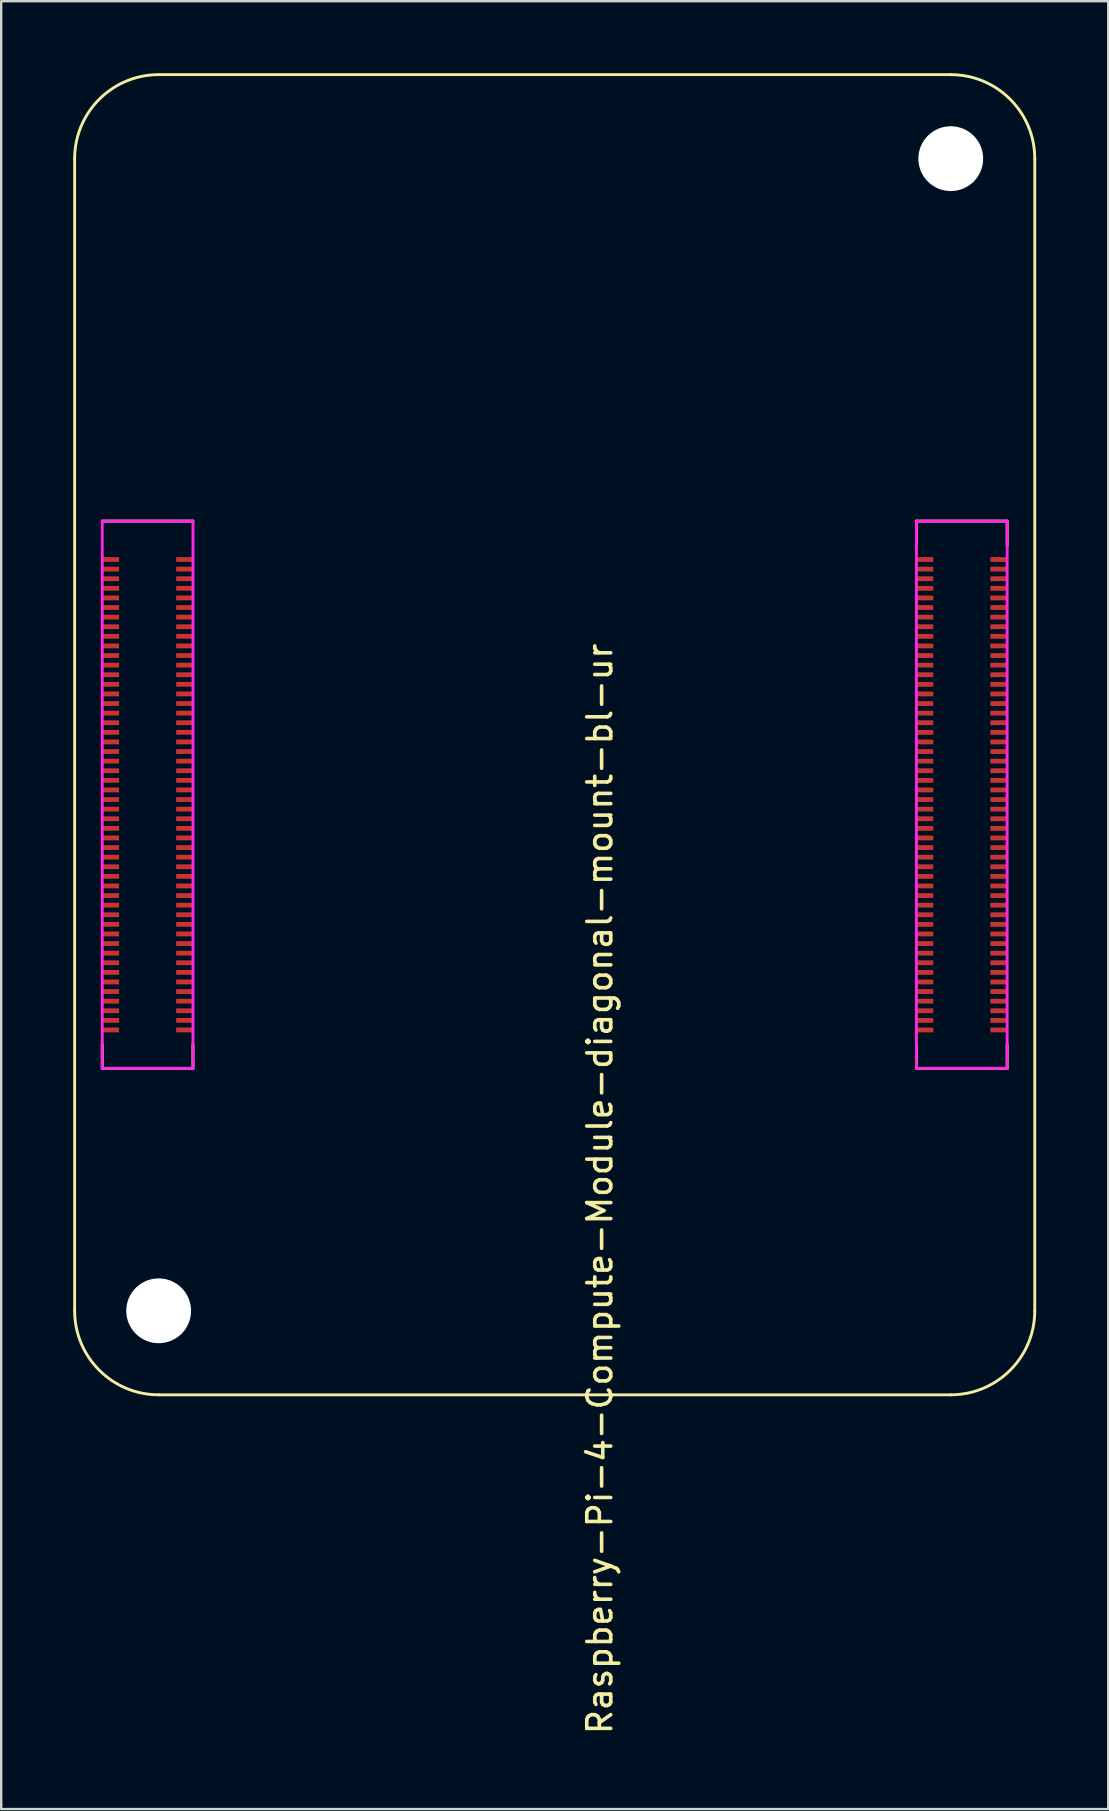
<source format=kicad_pcb>
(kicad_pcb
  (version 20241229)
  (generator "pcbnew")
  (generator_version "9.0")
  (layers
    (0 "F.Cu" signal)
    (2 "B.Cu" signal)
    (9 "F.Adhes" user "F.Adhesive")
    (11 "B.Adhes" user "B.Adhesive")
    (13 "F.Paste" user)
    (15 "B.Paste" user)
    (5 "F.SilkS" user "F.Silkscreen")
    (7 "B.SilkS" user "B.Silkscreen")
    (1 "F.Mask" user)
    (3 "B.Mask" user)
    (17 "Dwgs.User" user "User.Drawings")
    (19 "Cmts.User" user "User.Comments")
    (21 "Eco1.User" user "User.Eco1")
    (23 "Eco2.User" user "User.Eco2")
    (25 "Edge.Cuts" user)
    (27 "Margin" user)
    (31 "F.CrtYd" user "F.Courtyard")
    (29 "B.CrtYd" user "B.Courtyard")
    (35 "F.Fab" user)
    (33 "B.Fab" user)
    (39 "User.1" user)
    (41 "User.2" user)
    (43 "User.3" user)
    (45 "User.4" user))
  (footprint "Raspberry-Pi-4-Compute-Module-diagonal-mount-bl-ur"
    (layer "F.Cu")
    (at 3.56 51.56)
    (property "Reference" "Raspberry-Pi-4-Compute-Module-diagonal-mount-bl-ur" (at 18.38 -5.08 270) (layer "F.SilkS") (effects (font (size 1 1) (thickness 0.15))))
    (attr smd)
    (fp_line (start -3.5 -48) (end -3.5 0) (stroke (width 0.12) (type solid)) (layer "F.SilkS"))
    (fp_line (start -2.35 -32.9) (end 1.43 -32.9) (stroke (width 0.12) (type solid)) (layer "F.SilkS"))
    (fp_line (start -2.35 -10.1) (end -2.35 -11.1) (stroke (width 0.12) (type solid)) (layer "F.SilkS"))
    (fp_line (start -2.35 -10.1) (end 1.43 -10.1) (stroke (width 0.12) (type solid)) (layer "F.SilkS"))
    (fp_line (start 0 3.5) (end 33 3.5) (stroke (width 0.12) (type solid)) (layer "F.SilkS"))
    (fp_line (start 1.43 -10.1) (end 1.43 -11.1) (stroke (width 0.12) (type solid)) (layer "F.SilkS"))
    (fp_line (start 31.57 -32.9) (end 31.57 -31.9) (stroke (width 0.12) (type solid)) (layer "F.SilkS"))
    (fp_line (start 31.57 -32.9) (end 35.35 -32.9) (stroke (width 0.12) (type solid)) (layer "F.SilkS"))
    (fp_line (start 31.57 -10.1) (end 31.57 -11.1) (stroke (width 0.12) (type solid)) (layer "F.SilkS"))
    (fp_line (start 31.57 -10.1) (end 35.35 -10.1) (stroke (width 0.12) (type solid)) (layer "F.SilkS"))
    (fp_line (start 33 -51.5) (end 0 -51.5) (stroke (width 0.12) (type solid)) (layer "F.SilkS"))
    (fp_line (start 35.35 -32.9) (end 35.35 -31.9) (stroke (width 0.12) (type solid)) (layer "F.SilkS"))
    (fp_line (start 35.35 -10.1) (end 35.35 -11.1) (stroke (width 0.12) (type solid)) (layer "F.SilkS"))
    (fp_line (start 36.5 0) (end 36.5 -48) (stroke (width 0.12) (type solid)) (layer "F.SilkS"))
    (fp_arc (start -3.5 -48) (mid -2.474874 -50.474874) (end 0 -51.5) (stroke (width 0.12) (type solid)) (layer "F.SilkS"))
    (fp_arc (start 0 3.5) (mid -2.474874 2.474874) (end -3.5 0) (stroke (width 0.12) (type solid)) (layer "F.SilkS"))
    (fp_arc (start 33 -51.5) (mid 35.474874 -50.474874) (end 36.5 -48) (stroke (width 0.12) (type solid)) (layer "F.SilkS"))
    (fp_arc (start 36.5 0) (mid 35.474874 2.474874) (end 33 3.5) (stroke (width 0.12) (type solid)) (layer "F.SilkS"))
    (fp_line (start -2.35 -32.9) (end 1.43 -32.9) (stroke (width 0.12) (type solid)) (layer "F.CrtYd"))
    (fp_line (start -2.35 -10.1) (end -2.35 -32.9) (stroke (width 0.12) (type solid)) (layer "F.CrtYd"))
    (fp_line (start 1.43 -32.9) (end 1.43 -10.1) (stroke (width 0.12) (type solid)) (layer "F.CrtYd"))
    (fp_line (start 1.43 -10.1) (end -2.35 -10.1) (stroke (width 0.12) (type solid)) (layer "F.CrtYd"))
    (fp_line (start 31.57 -32.9) (end 35.35 -32.9) (stroke (width 0.12) (type solid)) (layer "F.CrtYd"))
    (fp_line (start 31.57 -10.1) (end 31.57 -32.9) (stroke (width 0.12) (type solid)) (layer "F.CrtYd"))
    (fp_line (start 35.35 -32.9) (end 35.35 -10.1) (stroke (width 0.12) (type solid)) (layer "F.CrtYd"))
    (fp_line (start 35.35 -10.1) (end 31.57 -10.1) (stroke (width 0.12) (type solid)) (layer "F.CrtYd"))
    (pad "" np_thru_hole circle (at 0 0) (size 2.7 2.7) (drill 2.7) (layers "*.Cu" "*.Mask"))
    (pad "" np_thru_hole circle (at 33 -48) (size 2.7 2.7) (drill 2.7) (layers "*.Cu" "*.Mask"))
    (pad "1" smd rect (at -2 -31.3 270) (size 0.2 0.7) (layers "F.Cu" "F.Mask" "F.Paste"))
    (pad "2" smd rect (at 1.08 -31.3 270) (size 0.2 0.7) (layers "F.Cu" "F.Mask" "F.Paste"))
    (pad "3" smd rect (at -2 -30.9 270) (size 0.2 0.7) (layers "F.Cu" "F.Mask" "F.Paste"))
    (pad "4" smd rect (at 1.08 -30.9 270) (size 0.2 0.7) (layers "F.Cu" "F.Mask" "F.Paste"))
    (pad "5" smd rect (at -2 -30.5 270) (size 0.2 0.7) (layers "F.Cu" "F.Mask" "F.Paste"))
    (pad "6" smd rect (at 1.08 -30.5 270) (size 0.2 0.7) (layers "F.Cu" "F.Mask" "F.Paste"))
    (pad "7" smd rect (at -2 -30.1 270) (size 0.2 0.7) (layers "F.Cu" "F.Mask" "F.Paste"))
    (pad "8" smd rect (at 1.08 -30.1 270) (size 0.2 0.7) (layers "F.Cu" "F.Mask" "F.Paste"))
    (pad "9" smd rect (at -2 -29.7 270) (size 0.2 0.7) (layers "F.Cu" "F.Mask" "F.Paste"))
    (pad "10" smd rect (at 1.08 -29.7 270) (size 0.2 0.7) (layers "F.Cu" "F.Mask" "F.Paste"))
    (pad "11" smd rect (at -2 -29.3 270) (size 0.2 0.7) (layers "F.Cu" "F.Mask" "F.Paste"))
    (pad "12" smd rect (at 1.08 -29.3 270) (size 0.2 0.7) (layers "F.Cu" "F.Mask" "F.Paste"))
    (pad "13" smd rect (at -2 -28.9 270) (size 0.2 0.7) (layers "F.Cu" "F.Mask" "F.Paste"))
    (pad "14" smd rect (at 1.08 -28.9 270) (size 0.2 0.7) (layers "F.Cu" "F.Mask" "F.Paste"))
    (pad "15" smd rect (at -2 -28.5 270) (size 0.2 0.7) (layers "F.Cu" "F.Mask" "F.Paste"))
    (pad "16" smd rect (at 1.08 -28.5 270) (size 0.2 0.7) (layers "F.Cu" "F.Mask" "F.Paste"))
    (pad "17" smd rect (at -2 -28.1 270) (size 0.2 0.7) (layers "F.Cu" "F.Mask" "F.Paste"))
    (pad "18" smd rect (at 1.08 -28.1 270) (size 0.2 0.7) (layers "F.Cu" "F.Mask" "F.Paste"))
    (pad "19" smd rect (at -2 -27.7 270) (size 0.2 0.7) (layers "F.Cu" "F.Mask" "F.Paste"))
    (pad "20" smd rect (at 1.08 -27.7 270) (size 0.2 0.7) (layers "F.Cu" "F.Mask" "F.Paste"))
    (pad "21" smd rect (at -2 -27.3 270) (size 0.2 0.7) (layers "F.Cu" "F.Mask" "F.Paste"))
    (pad "22" smd rect (at 1.08 -27.3 270) (size 0.2 0.7) (layers "F.Cu" "F.Mask" "F.Paste"))
    (pad "23" smd rect (at -2 -26.9 270) (size 0.2 0.7) (layers "F.Cu" "F.Mask" "F.Paste"))
    (pad "24" smd rect (at 1.08 -26.9 270) (size 0.2 0.7) (layers "F.Cu" "F.Mask" "F.Paste"))
    (pad "25" smd rect (at -2 -26.5 270) (size 0.2 0.7) (layers "F.Cu" "F.Mask" "F.Paste"))
    (pad "26" smd rect (at 1.08 -26.5 270) (size 0.2 0.7) (layers "F.Cu" "F.Mask" "F.Paste"))
    (pad "27" smd rect (at -2 -26.1 270) (size 0.2 0.7) (layers "F.Cu" "F.Mask" "F.Paste"))
    (pad "28" smd rect (at 1.08 -26.1 270) (size 0.2 0.7) (layers "F.Cu" "F.Mask" "F.Paste"))
    (pad "29" smd rect (at -2 -25.7 270) (size 0.2 0.7) (layers "F.Cu" "F.Mask" "F.Paste"))
    (pad "30" smd rect (at 1.08 -25.7 270) (size 0.2 0.7) (layers "F.Cu" "F.Mask" "F.Paste"))
    (pad "31" smd rect (at -2 -25.3 270) (size 0.2 0.7) (layers "F.Cu" "F.Mask" "F.Paste"))
    (pad "32" smd rect (at 1.08 -25.3 270) (size 0.2 0.7) (layers "F.Cu" "F.Mask" "F.Paste"))
    (pad "33" smd rect (at -2 -24.9 270) (size 0.2 0.7) (layers "F.Cu" "F.Mask" "F.Paste"))
    (pad "34" smd rect (at 1.08 -24.9 270) (size 0.2 0.7) (layers "F.Cu" "F.Mask" "F.Paste"))
    (pad "35" smd rect (at -2 -24.5 270) (size 0.2 0.7) (layers "F.Cu" "F.Mask" "F.Paste"))
    (pad "36" smd rect (at 1.08 -24.5 270) (size 0.2 0.7) (layers "F.Cu" "F.Mask" "F.Paste"))
    (pad "37" smd rect (at -2 -24.1 270) (size 0.2 0.7) (layers "F.Cu" "F.Mask" "F.Paste"))
    (pad "38" smd rect (at 1.08 -24.1 270) (size 0.2 0.7) (layers "F.Cu" "F.Mask" "F.Paste"))
    (pad "39" smd rect (at -2 -23.7 270) (size 0.2 0.7) (layers "F.Cu" "F.Mask" "F.Paste"))
    (pad "40" smd rect (at 1.08 -23.7 270) (size 0.2 0.7) (layers "F.Cu" "F.Mask" "F.Paste"))
    (pad "41" smd rect (at -2 -23.3 270) (size 0.2 0.7) (layers "F.Cu" "F.Mask" "F.Paste"))
    (pad "42" smd rect (at 1.08 -23.3 270) (size 0.2 0.7) (layers "F.Cu" "F.Mask" "F.Paste"))
    (pad "43" smd rect (at -2 -22.9 270) (size 0.2 0.7) (layers "F.Cu" "F.Mask" "F.Paste"))
    (pad "44" smd rect (at 1.08 -22.9 270) (size 0.2 0.7) (layers "F.Cu" "F.Mask" "F.Paste"))
    (pad "45" smd rect (at -2 -22.5 270) (size 0.2 0.7) (layers "F.Cu" "F.Mask" "F.Paste"))
    (pad "46" smd rect (at 1.08 -22.5 270) (size 0.2 0.7) (layers "F.Cu" "F.Mask" "F.Paste"))
    (pad "47" smd rect (at -2 -22.1 270) (size 0.2 0.7) (layers "F.Cu" "F.Mask" "F.Paste"))
    (pad "48" smd rect (at 1.08 -22.1 270) (size 0.2 0.7) (layers "F.Cu" "F.Mask" "F.Paste"))
    (pad "49" smd rect (at -2 -21.7 270) (size 0.2 0.7) (layers "F.Cu" "F.Mask" "F.Paste"))
    (pad "50" smd rect (at 1.08 -21.7 270) (size 0.2 0.7) (layers "F.Cu" "F.Mask" "F.Paste"))
    (pad "51" smd rect (at -2 -21.3 270) (size 0.2 0.7) (layers "F.Cu" "F.Mask" "F.Paste"))
    (pad "52" smd rect (at 1.08 -21.3 270) (size 0.2 0.7) (layers "F.Cu" "F.Mask" "F.Paste"))
    (pad "53" smd rect (at -2 -20.9 270) (size 0.2 0.7) (layers "F.Cu" "F.Mask" "F.Paste"))
    (pad "54" smd rect (at 1.08 -20.9 270) (size 0.2 0.7) (layers "F.Cu" "F.Mask" "F.Paste"))
    (pad "55" smd rect (at -2 -20.5 270) (size 0.2 0.7) (layers "F.Cu" "F.Mask" "F.Paste"))
    (pad "56" smd rect (at 1.08 -20.5 270) (size 0.2 0.7) (layers "F.Cu" "F.Mask" "F.Paste"))
    (pad "57" smd rect (at -2 -20.1 270) (size 0.2 0.7) (layers "F.Cu" "F.Mask" "F.Paste"))
    (pad "58" smd rect (at 1.08 -20.1 270) (size 0.2 0.7) (layers "F.Cu" "F.Mask" "F.Paste"))
    (pad "59" smd rect (at -2 -19.7 270) (size 0.2 0.7) (layers "F.Cu" "F.Mask" "F.Paste"))
    (pad "60" smd rect (at 1.08 -19.7 270) (size 0.2 0.7) (layers "F.Cu" "F.Mask" "F.Paste"))
    (pad "61" smd rect (at -2 -19.3 270) (size 0.2 0.7) (layers "F.Cu" "F.Mask" "F.Paste"))
    (pad "62" smd rect (at 1.08 -19.3 270) (size 0.2 0.7) (layers "F.Cu" "F.Mask" "F.Paste"))
    (pad "63" smd rect (at -2 -18.9 270) (size 0.2 0.7) (layers "F.Cu" "F.Mask" "F.Paste"))
    (pad "64" smd rect (at 1.08 -18.9 270) (size 0.2 0.7) (layers "F.Cu" "F.Mask" "F.Paste"))
    (pad "65" smd rect (at -2 -18.5 270) (size 0.2 0.7) (layers "F.Cu" "F.Mask" "F.Paste"))
    (pad "66" smd rect (at 1.08 -18.5 270) (size 0.2 0.7) (layers "F.Cu" "F.Mask" "F.Paste"))
    (pad "67" smd rect (at -2 -18.1 270) (size 0.2 0.7) (layers "F.Cu" "F.Mask" "F.Paste"))
    (pad "68" smd rect (at 1.08 -18.1 270) (size 0.2 0.7) (layers "F.Cu" "F.Mask" "F.Paste"))
    (pad "69" smd rect (at -2 -17.7 270) (size 0.2 0.7) (layers "F.Cu" "F.Mask" "F.Paste"))
    (pad "70" smd rect (at 1.08 -17.7 270) (size 0.2 0.7) (layers "F.Cu" "F.Mask" "F.Paste"))
    (pad "71" smd rect (at -2 -17.3 270) (size 0.2 0.7) (layers "F.Cu" "F.Mask" "F.Paste"))
    (pad "72" smd rect (at 1.08 -17.3 270) (size 0.2 0.7) (layers "F.Cu" "F.Mask" "F.Paste"))
    (pad "73" smd rect (at -2 -16.9 270) (size 0.2 0.7) (layers "F.Cu" "F.Mask" "F.Paste"))
    (pad "74" smd rect (at 1.08 -16.9 270) (size 0.2 0.7) (layers "F.Cu" "F.Mask" "F.Paste"))
    (pad "75" smd rect (at -2 -16.5 270) (size 0.2 0.7) (layers "F.Cu" "F.Mask" "F.Paste"))
    (pad "76" smd rect (at 1.08 -16.5 270) (size 0.2 0.7) (layers "F.Cu" "F.Mask" "F.Paste"))
    (pad "77" smd rect (at -2 -16.1 270) (size 0.2 0.7) (layers "F.Cu" "F.Mask" "F.Paste"))
    (pad "78" smd rect (at 1.08 -16.1 270) (size 0.2 0.7) (layers "F.Cu" "F.Mask" "F.Paste"))
    (pad "79" smd rect (at -2 -15.7 270) (size 0.2 0.7) (layers "F.Cu" "F.Mask" "F.Paste"))
    (pad "80" smd rect (at 1.08 -15.7 270) (size 0.2 0.7) (layers "F.Cu" "F.Mask" "F.Paste"))
    (pad "81" smd rect (at -2 -15.3 270) (size 0.2 0.7) (layers "F.Cu" "F.Mask" "F.Paste"))
    (pad "82" smd rect (at 1.08 -15.3 270) (size 0.2 0.7) (layers "F.Cu" "F.Mask" "F.Paste"))
    (pad "83" smd rect (at -2 -14.9 270) (size 0.2 0.7) (layers "F.Cu" "F.Mask" "F.Paste"))
    (pad "84" smd rect (at 1.08 -14.9 270) (size 0.2 0.7) (layers "F.Cu" "F.Mask" "F.Paste"))
    (pad "85" smd rect (at -2 -14.5 270) (size 0.2 0.7) (layers "F.Cu" "F.Mask" "F.Paste"))
    (pad "86" smd rect (at 1.08 -14.5 270) (size 0.2 0.7) (layers "F.Cu" "F.Mask" "F.Paste"))
    (pad "87" smd rect (at -2 -14.1 270) (size 0.2 0.7) (layers "F.Cu" "F.Mask" "F.Paste"))
    (pad "88" smd rect (at 1.08 -14.1 270) (size 0.2 0.7) (layers "F.Cu" "F.Mask" "F.Paste"))
    (pad "89" smd rect (at -2 -13.7 270) (size 0.2 0.7) (layers "F.Cu" "F.Mask" "F.Paste"))
    (pad "90" smd rect (at 1.08 -13.7 270) (size 0.2 0.7) (layers "F.Cu" "F.Mask" "F.Paste"))
    (pad "91" smd rect (at -2 -13.3 270) (size 0.2 0.7) (layers "F.Cu" "F.Mask" "F.Paste"))
    (pad "92" smd rect (at 1.08 -13.3 270) (size 0.2 0.7) (layers "F.Cu" "F.Mask" "F.Paste"))
    (pad "93" smd rect (at -2 -12.9 270) (size 0.2 0.7) (layers "F.Cu" "F.Mask" "F.Paste"))
    (pad "94" smd rect (at 1.08 -12.9 270) (size 0.2 0.7) (layers "F.Cu" "F.Mask" "F.Paste"))
    (pad "95" smd rect (at -2 -12.5 270) (size 0.2 0.7) (layers "F.Cu" "F.Mask" "F.Paste"))
    (pad "96" smd rect (at 1.08 -12.5 270) (size 0.2 0.7) (layers "F.Cu" "F.Mask" "F.Paste"))
    (pad "97" smd rect (at -2 -12.1 270) (size 0.2 0.7) (layers "F.Cu" "F.Mask" "F.Paste"))
    (pad "98" smd rect (at 1.08 -12.1 270) (size 0.2 0.7) (layers "F.Cu" "F.Mask" "F.Paste"))
    (pad "99" smd rect (at -2 -11.7 270) (size 0.2 0.7) (layers "F.Cu" "F.Mask" "F.Paste"))
    (pad "100" smd rect (at 1.08 -11.7 270) (size 0.2 0.7) (layers "F.Cu" "F.Mask" "F.Paste"))
    (pad "101" smd rect (at 31.92 -31.3 270) (size 0.2 0.7) (layers "F.Cu" "F.Mask" "F.Paste"))
    (pad "102" smd rect (at 35 -31.3 270) (size 0.2 0.7) (layers "F.Cu" "F.Mask" "F.Paste"))
    (pad "103" smd rect (at 31.92 -30.9 270) (size 0.2 0.7) (layers "F.Cu" "F.Mask" "F.Paste"))
    (pad "104" smd rect (at 35 -30.9 270) (size 0.2 0.7) (layers "F.Cu" "F.Mask" "F.Paste"))
    (pad "105" smd rect (at 31.92 -30.5 270) (size 0.2 0.7) (layers "F.Cu" "F.Mask" "F.Paste"))
    (pad "106" smd rect (at 35 -30.5 270) (size 0.2 0.7) (layers "F.Cu" "F.Mask" "F.Paste"))
    (pad "107" smd rect (at 31.92 -30.1 270) (size 0.2 0.7) (layers "F.Cu" "F.Mask" "F.Paste"))
    (pad "108" smd rect (at 35 -30.1 270) (size 0.2 0.7) (layers "F.Cu" "F.Mask" "F.Paste"))
    (pad "109" smd rect (at 31.92 -29.7 270) (size 0.2 0.7) (layers "F.Cu" "F.Mask" "F.Paste"))
    (pad "110" smd rect (at 35 -29.7 270) (size 0.2 0.7) (layers "F.Cu" "F.Mask" "F.Paste"))
    (pad "111" smd rect (at 31.92 -29.3 270) (size 0.2 0.7) (layers "F.Cu" "F.Mask" "F.Paste"))
    (pad "112" smd rect (at 35 -29.3 270) (size 0.2 0.7) (layers "F.Cu" "F.Mask" "F.Paste"))
    (pad "113" smd rect (at 31.92 -28.9 270) (size 0.2 0.7) (layers "F.Cu" "F.Mask" "F.Paste"))
    (pad "114" smd rect (at 35 -28.9 270) (size 0.2 0.7) (layers "F.Cu" "F.Mask" "F.Paste"))
    (pad "115" smd rect (at 31.92 -28.5 270) (size 0.2 0.7) (layers "F.Cu" "F.Mask" "F.Paste"))
    (pad "116" smd rect (at 35 -28.5 270) (size 0.2 0.7) (layers "F.Cu" "F.Mask" "F.Paste"))
    (pad "117" smd rect (at 31.92 -28.1 270) (size 0.2 0.7) (layers "F.Cu" "F.Mask" "F.Paste"))
    (pad "118" smd rect (at 35 -28.1 270) (size 0.2 0.7) (layers "F.Cu" "F.Mask" "F.Paste"))
    (pad "119" smd rect (at 31.92 -27.7 270) (size 0.2 0.7) (layers "F.Cu" "F.Mask" "F.Paste"))
    (pad "120" smd rect (at 35 -27.7 270) (size 0.2 0.7) (layers "F.Cu" "F.Mask" "F.Paste"))
    (pad "121" smd rect (at 31.92 -27.3 270) (size 0.2 0.7) (layers "F.Cu" "F.Mask" "F.Paste"))
    (pad "122" smd rect (at 35 -27.3 270) (size 0.2 0.7) (layers "F.Cu" "F.Mask" "F.Paste"))
    (pad "123" smd rect (at 31.92 -26.9 270) (size 0.2 0.7) (layers "F.Cu" "F.Mask" "F.Paste"))
    (pad "124" smd rect (at 35 -26.9 270) (size 0.2 0.7) (layers "F.Cu" "F.Mask" "F.Paste"))
    (pad "125" smd rect (at 31.92 -26.5 270) (size 0.2 0.7) (layers "F.Cu" "F.Mask" "F.Paste"))
    (pad "126" smd rect (at 35 -26.5 270) (size 0.2 0.7) (layers "F.Cu" "F.Mask" "F.Paste"))
    (pad "127" smd rect (at 31.92 -26.1 270) (size 0.2 0.7) (layers "F.Cu" "F.Mask" "F.Paste"))
    (pad "128" smd rect (at 35 -26.1 270) (size 0.2 0.7) (layers "F.Cu" "F.Mask" "F.Paste"))
    (pad "129" smd rect (at 31.92 -25.7 270) (size 0.2 0.7) (layers "F.Cu" "F.Mask" "F.Paste"))
    (pad "130" smd rect (at 35 -25.7 270) (size 0.2 0.7) (layers "F.Cu" "F.Mask" "F.Paste"))
    (pad "131" smd rect (at 31.92 -25.3 270) (size 0.2 0.7) (layers "F.Cu" "F.Mask" "F.Paste"))
    (pad "132" smd rect (at 35 -25.3 270) (size 0.2 0.7) (layers "F.Cu" "F.Mask" "F.Paste"))
    (pad "133" smd rect (at 31.92 -24.9 270) (size 0.2 0.7) (layers "F.Cu" "F.Mask" "F.Paste"))
    (pad "134" smd rect (at 35 -24.9 270) (size 0.2 0.7) (layers "F.Cu" "F.Mask" "F.Paste"))
    (pad "135" smd rect (at 31.92 -24.5 270) (size 0.2 0.7) (layers "F.Cu" "F.Mask" "F.Paste"))
    (pad "136" smd rect (at 35 -24.5 270) (size 0.2 0.7) (layers "F.Cu" "F.Mask" "F.Paste"))
    (pad "137" smd rect (at 31.92 -24.1 270) (size 0.2 0.7) (layers "F.Cu" "F.Mask" "F.Paste"))
    (pad "138" smd rect (at 35 -24.1 270) (size 0.2 0.7) (layers "F.Cu" "F.Mask" "F.Paste"))
    (pad "139" smd rect (at 31.92 -23.7 270) (size 0.2 0.7) (layers "F.Cu" "F.Mask" "F.Paste"))
    (pad "140" smd rect (at 35 -23.7 270) (size 0.2 0.7) (layers "F.Cu" "F.Mask" "F.Paste"))
    (pad "141" smd rect (at 31.92 -23.3 270) (size 0.2 0.7) (layers "F.Cu" "F.Mask" "F.Paste"))
    (pad "142" smd rect (at 35 -23.3 270) (size 0.2 0.7) (layers "F.Cu" "F.Mask" "F.Paste"))
    (pad "143" smd rect (at 31.92 -22.9 270) (size 0.2 0.7) (layers "F.Cu" "F.Mask" "F.Paste"))
    (pad "144" smd rect (at 35 -22.9 270) (size 0.2 0.7) (layers "F.Cu" "F.Mask" "F.Paste"))
    (pad "145" smd rect (at 31.92 -22.5 270) (size 0.2 0.7) (layers "F.Cu" "F.Mask" "F.Paste"))
    (pad "146" smd rect (at 35 -22.5 270) (size 0.2 0.7) (layers "F.Cu" "F.Mask" "F.Paste"))
    (pad "147" smd rect (at 31.92 -22.1 270) (size 0.2 0.7) (layers "F.Cu" "F.Mask" "F.Paste"))
    (pad "148" smd rect (at 35 -22.1 270) (size 0.2 0.7) (layers "F.Cu" "F.Mask" "F.Paste"))
    (pad "149" smd rect (at 31.92 -21.7 270) (size 0.2 0.7) (layers "F.Cu" "F.Mask" "F.Paste"))
    (pad "150" smd rect (at 35 -21.7 270) (size 0.2 0.7) (layers "F.Cu" "F.Mask" "F.Paste"))
    (pad "151" smd rect (at 31.92 -21.3 270) (size 0.2 0.7) (layers "F.Cu" "F.Mask" "F.Paste"))
    (pad "152" smd rect (at 35 -21.3 270) (size 0.2 0.7) (layers "F.Cu" "F.Mask" "F.Paste"))
    (pad "153" smd rect (at 31.92 -20.9 270) (size 0.2 0.7) (layers "F.Cu" "F.Mask" "F.Paste"))
    (pad "154" smd rect (at 35 -20.9 270) (size 0.2 0.7) (layers "F.Cu" "F.Mask" "F.Paste"))
    (pad "155" smd rect (at 31.92 -20.5 270) (size 0.2 0.7) (layers "F.Cu" "F.Mask" "F.Paste"))
    (pad "156" smd rect (at 35 -20.5 270) (size 0.2 0.7) (layers "F.Cu" "F.Mask" "F.Paste"))
    (pad "157" smd rect (at 31.92 -20.1 270) (size 0.2 0.7) (layers "F.Cu" "F.Mask" "F.Paste"))
    (pad "158" smd rect (at 35 -20.1 270) (size 0.2 0.7) (layers "F.Cu" "F.Mask" "F.Paste"))
    (pad "159" smd rect (at 31.92 -19.7 270) (size 0.2 0.7) (layers "F.Cu" "F.Mask" "F.Paste"))
    (pad "160" smd rect (at 35 -19.7 270) (size 0.2 0.7) (layers "F.Cu" "F.Mask" "F.Paste"))
    (pad "161" smd rect (at 31.92 -19.3 270) (size 0.2 0.7) (layers "F.Cu" "F.Mask" "F.Paste"))
    (pad "162" smd rect (at 35 -19.3 270) (size 0.2 0.7) (layers "F.Cu" "F.Mask" "F.Paste"))
    (pad "163" smd rect (at 31.92 -18.9 270) (size 0.2 0.7) (layers "F.Cu" "F.Mask" "F.Paste"))
    (pad "164" smd rect (at 35 -18.9 270) (size 0.2 0.7) (layers "F.Cu" "F.Mask" "F.Paste"))
    (pad "165" smd rect (at 31.92 -18.5 270) (size 0.2 0.7) (layers "F.Cu" "F.Mask" "F.Paste"))
    (pad "166" smd rect (at 35 -18.5 270) (size 0.2 0.7) (layers "F.Cu" "F.Mask" "F.Paste"))
    (pad "167" smd rect (at 31.92 -18.1 270) (size 0.2 0.7) (layers "F.Cu" "F.Mask" "F.Paste"))
    (pad "168" smd rect (at 35 -18.1 270) (size 0.2 0.7) (layers "F.Cu" "F.Mask" "F.Paste"))
    (pad "169" smd rect (at 31.92 -17.7 270) (size 0.2 0.7) (layers "F.Cu" "F.Mask" "F.Paste"))
    (pad "170" smd rect (at 35 -17.7 270) (size 0.2 0.7) (layers "F.Cu" "F.Mask" "F.Paste"))
    (pad "171" smd rect (at 31.92 -17.3 270) (size 0.2 0.7) (layers "F.Cu" "F.Mask" "F.Paste"))
    (pad "172" smd rect (at 35 -17.3 270) (size 0.2 0.7) (layers "F.Cu" "F.Mask" "F.Paste"))
    (pad "173" smd rect (at 31.92 -16.9 270) (size 0.2 0.7) (layers "F.Cu" "F.Mask" "F.Paste"))
    (pad "174" smd rect (at 35 -16.9 270) (size 0.2 0.7) (layers "F.Cu" "F.Mask" "F.Paste"))
    (pad "175" smd rect (at 31.92 -16.5 270) (size 0.2 0.7) (layers "F.Cu" "F.Mask" "F.Paste"))
    (pad "176" smd rect (at 35 -16.5 270) (size 0.2 0.7) (layers "F.Cu" "F.Mask" "F.Paste"))
    (pad "177" smd rect (at 31.92 -16.1 270) (size 0.2 0.7) (layers "F.Cu" "F.Mask" "F.Paste"))
    (pad "178" smd rect (at 35 -16.1 270) (size 0.2 0.7) (layers "F.Cu" "F.Mask" "F.Paste"))
    (pad "179" smd rect (at 31.92 -15.7 270) (size 0.2 0.7) (layers "F.Cu" "F.Mask" "F.Paste"))
    (pad "180" smd rect (at 35 -15.7 270) (size 0.2 0.7) (layers "F.Cu" "F.Mask" "F.Paste"))
    (pad "181" smd rect (at 31.92 -15.3 270) (size 0.2 0.7) (layers "F.Cu" "F.Mask" "F.Paste"))
    (pad "182" smd rect (at 35 -15.3 270) (size 0.2 0.7) (layers "F.Cu" "F.Mask" "F.Paste"))
    (pad "183" smd rect (at 31.92 -14.9 270) (size 0.2 0.7) (layers "F.Cu" "F.Mask" "F.Paste"))
    (pad "184" smd rect (at 35 -14.9 270) (size 0.2 0.7) (layers "F.Cu" "F.Mask" "F.Paste"))
    (pad "185" smd rect (at 31.92 -14.5 270) (size 0.2 0.7) (layers "F.Cu" "F.Mask" "F.Paste"))
    (pad "186" smd rect (at 35 -14.5 270) (size 0.2 0.7) (layers "F.Cu" "F.Mask" "F.Paste"))
    (pad "187" smd rect (at 31.92 -14.1 270) (size 0.2 0.7) (layers "F.Cu" "F.Mask" "F.Paste"))
    (pad "188" smd rect (at 35 -14.1 270) (size 0.2 0.7) (layers "F.Cu" "F.Mask" "F.Paste"))
    (pad "189" smd rect (at 31.92 -13.7 270) (size 0.2 0.7) (layers "F.Cu" "F.Mask" "F.Paste"))
    (pad "190" smd rect (at 35 -13.7 270) (size 0.2 0.7) (layers "F.Cu" "F.Mask" "F.Paste"))
    (pad "191" smd rect (at 31.92 -13.3 270) (size 0.2 0.7) (layers "F.Cu" "F.Mask" "F.Paste"))
    (pad "192" smd rect (at 35 -13.3 270) (size 0.2 0.7) (layers "F.Cu" "F.Mask" "F.Paste"))
    (pad "193" smd rect (at 31.92 -12.9 270) (size 0.2 0.7) (layers "F.Cu" "F.Mask" "F.Paste"))
    (pad "194" smd rect (at 35 -12.9 270) (size 0.2 0.7) (layers "F.Cu" "F.Mask" "F.Paste"))
    (pad "195" smd rect (at 31.92 -12.5 270) (size 0.2 0.7) (layers "F.Cu" "F.Mask" "F.Paste"))
    (pad "196" smd rect (at 35 -12.5 270) (size 0.2 0.7) (layers "F.Cu" "F.Mask" "F.Paste"))
    (pad "197" smd rect (at 31.92 -12.1 270) (size 0.2 0.7) (layers "F.Cu" "F.Mask" "F.Paste"))
    (pad "198" smd rect (at 35 -12.1 270) (size 0.2 0.7) (layers "F.Cu" "F.Mask" "F.Paste"))
    (pad "199" smd rect (at 31.92 -11.7 270) (size 0.2 0.7) (layers "F.Cu" "F.Mask" "F.Paste"))
    (pad "200" smd rect (at 35 -11.7 270) (size 0.2 0.7) (layers "F.Cu" "F.Mask" "F.Paste")))
  (gr_rect
    (start -3 -3)
    (end 43.12 72.319)
    (stroke (width 0.1) (type default))
    (fill no)
    (layer "Edge.Cuts")))
</source>
